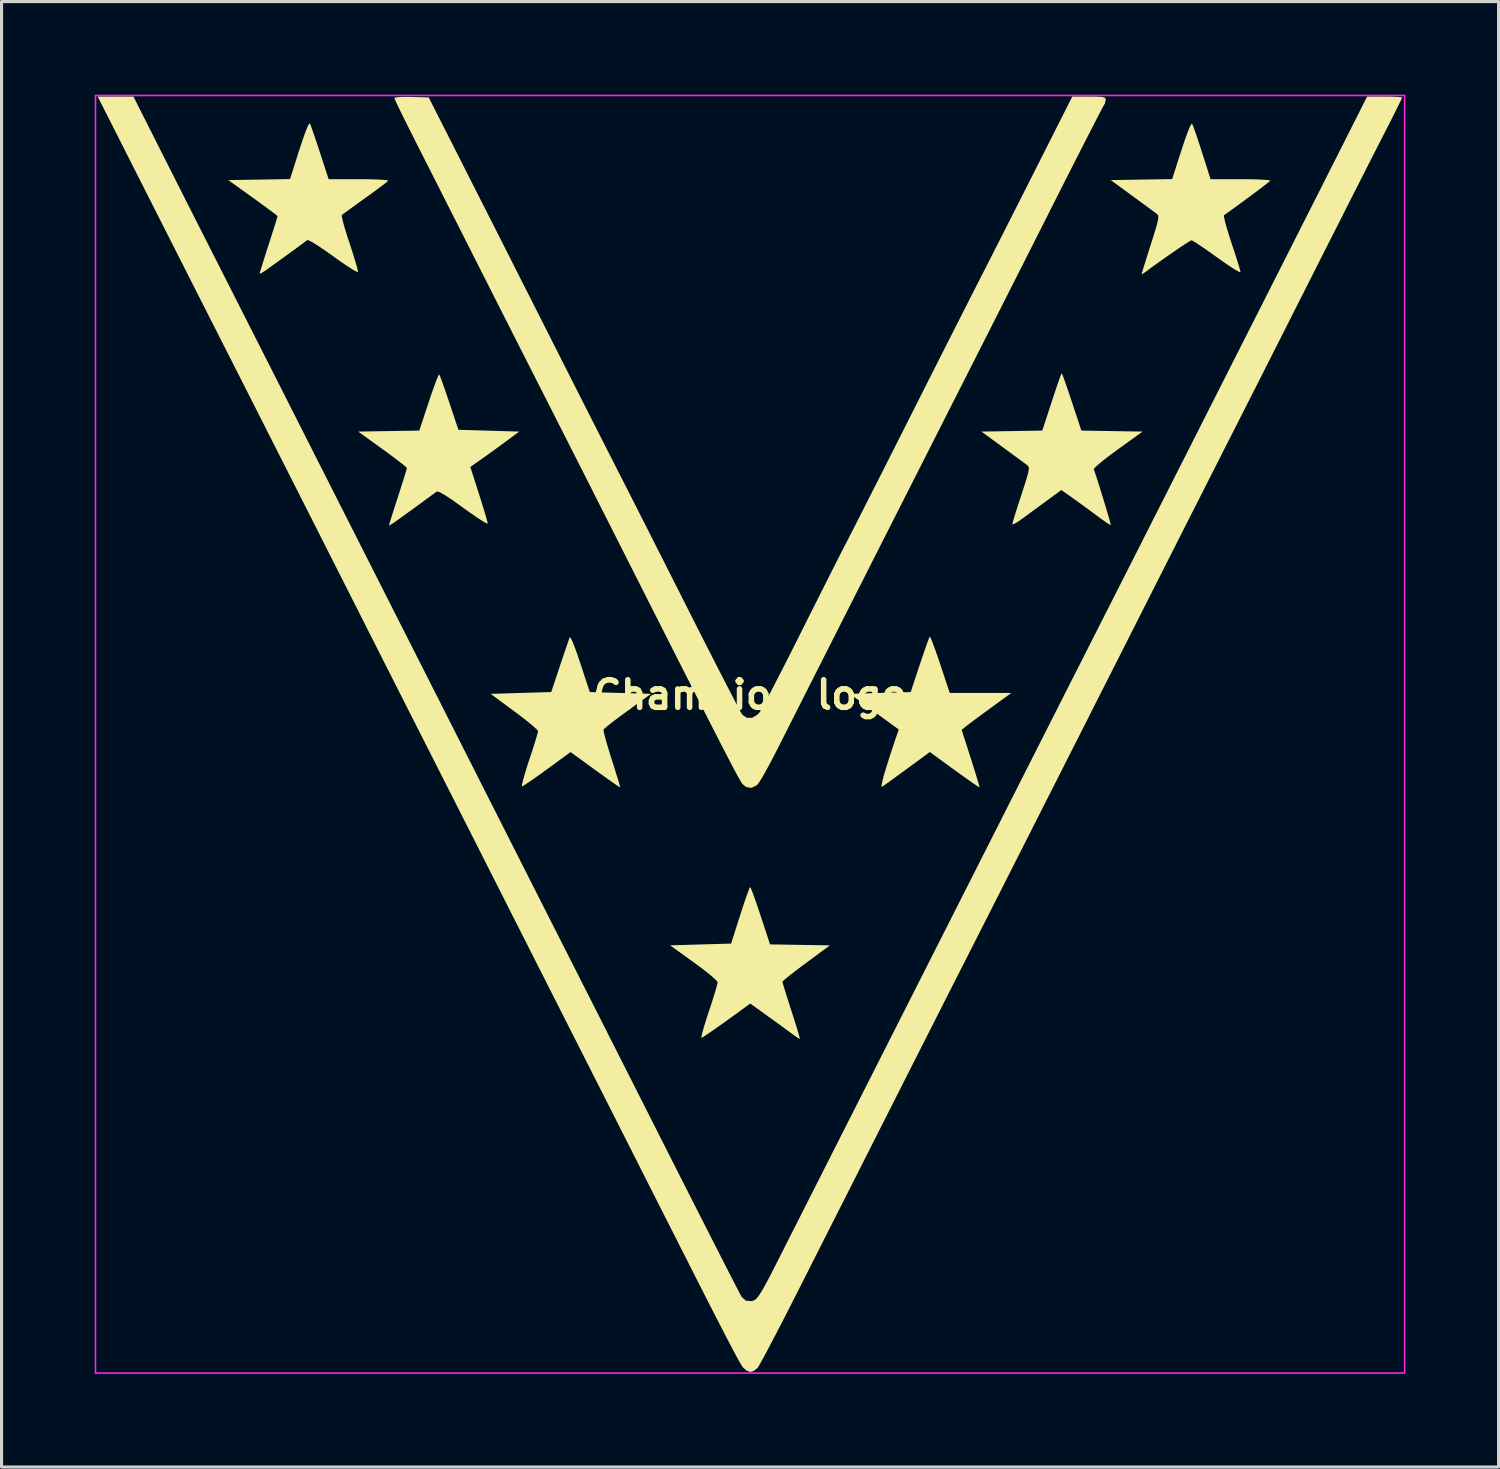
<source format=kicad_pcb>
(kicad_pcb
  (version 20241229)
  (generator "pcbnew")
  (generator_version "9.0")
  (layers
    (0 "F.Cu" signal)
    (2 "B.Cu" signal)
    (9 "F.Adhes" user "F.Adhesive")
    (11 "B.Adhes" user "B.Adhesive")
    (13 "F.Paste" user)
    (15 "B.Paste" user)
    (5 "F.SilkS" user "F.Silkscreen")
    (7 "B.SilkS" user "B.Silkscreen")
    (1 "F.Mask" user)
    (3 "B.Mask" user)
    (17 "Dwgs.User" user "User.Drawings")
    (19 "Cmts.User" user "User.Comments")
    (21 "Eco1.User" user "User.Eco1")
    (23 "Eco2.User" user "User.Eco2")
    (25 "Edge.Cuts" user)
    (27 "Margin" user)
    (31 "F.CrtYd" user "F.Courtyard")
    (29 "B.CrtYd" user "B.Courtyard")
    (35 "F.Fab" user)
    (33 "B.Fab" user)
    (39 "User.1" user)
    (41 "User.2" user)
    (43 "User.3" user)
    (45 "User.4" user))
  (footprint "Champion logo"
    (layer "F.Cu")
    (at 21.107 20.599)
    (property "Reference" "Champion logo" (at 0 -1.27 0) (layer "F.SilkS") (effects (font (size 0.889 0.889) (thickness 0.178))))
    (attr board_only exclude_from_pos_files exclude_from_bom)
    (fp_poly (pts (xy 5.815 -3.105) (xy 5.872 -2.97) (xy 5.95 -2.76) (xy 6.045 -2.491) (xy 6.125 -2.254) (xy 6.431 -1.331) (xy 7.423 -1.331) (xy 8.414 -1.331) (xy 7.78 -0.869) (xy 7.53 -0.686) (xy 7.299 -0.516) (xy 7.112 -0.376) (xy 6.991 -0.284) (xy 6.98 -0.276) (xy 6.814 -0.145) (xy 7.11 0.777) (xy 7.207 1.082) (xy 7.289 1.347) (xy 7.35 1.552) (xy 7.385 1.679) (xy 7.391 1.711) (xy 7.342 1.684) (xy 7.215 1.598) (xy 7.026 1.466) (xy 6.79 1.298) (xy 6.583 1.149) (xy 5.79 0.572) (xy 5.05 1.114) (xy 4.793 1.302) (xy 4.566 1.467) (xy 4.387 1.596) (xy 4.273 1.677) (xy 4.244 1.696) (xy 4.233 1.661) (xy 4.255 1.537) (xy 4.304 1.342) (xy 4.372 1.114) (xy 4.464 0.822) (xy 4.557 0.533) (xy 4.638 0.288) (xy 4.678 0.169) (xy 4.789 -0.154) (xy 4.001 -0.728) (xy 3.213 -1.302) (xy 4.193 -1.331) (xy 5.174 -1.36) (xy 5.465 -2.238) (xy 5.566 -2.538) (xy 5.656 -2.798) (xy 5.727 -2.998) (xy 5.774 -3.12) (xy 5.788 -3.147)) (stroke (width 0) (type solid)) (fill yes) (layer "F.SilkS"))
    (fp_poly (pts (xy -5.777 -3.104) (xy -5.719 -2.985) (xy -5.638 -2.78) (xy -5.538 -2.502) (xy -5.466 -2.285) (xy -5.161 -1.36) (xy -4.176 -1.331) (xy -3.191 -1.302) (xy -3.945 -0.756) (xy -4.201 -0.567) (xy -4.424 -0.399) (xy -4.595 -0.264) (xy -4.698 -0.175) (xy -4.721 -0.148) (xy -4.712 -0.075) (xy -4.672 0.088) (xy -4.606 0.322) (xy -4.521 0.605) (xy -4.457 0.807) (xy -4.361 1.108) (xy -4.281 1.367) (xy -4.221 1.566) (xy -4.187 1.686) (xy -4.182 1.713) (xy -4.231 1.685) (xy -4.357 1.599) (xy -4.546 1.467) (xy -4.781 1.298) (xy -4.988 1.149) (xy -5.781 0.573) (xy -6.537 1.125) (xy -6.795 1.312) (xy -7.022 1.471) (xy -7.201 1.593) (xy -7.314 1.664) (xy -7.345 1.678) (xy -7.346 1.626) (xy -7.313 1.484) (xy -7.253 1.27) (xy -7.17 1.001) (xy -7.113 0.827) (xy -7.014 0.528) (xy -6.93 0.265) (xy -6.868 0.059) (xy -6.833 -0.07) (xy -6.827 -0.1) (xy -6.872 -0.158) (xy -6.995 -0.271) (xy -7.181 -0.424) (xy -7.414 -0.605) (xy -7.592 -0.739) (xy -8.357 -1.302) (xy -7.38 -1.331) (xy -6.403 -1.36) (xy -6.124 -2.199) (xy -6.024 -2.497) (xy -5.934 -2.76) (xy -5.863 -2.967) (xy -5.818 -3.096) (xy -5.807 -3.124)) (stroke (width 0) (type solid)) (fill yes) (layer "F.SilkS"))
    (fp_poly (pts (xy 0.031 4.97) (xy 0.088 5.114) (xy 0.167 5.333) (xy 0.261 5.607) (xy 0.34 5.842) (xy 0.643 6.767) (xy 1.608 6.783) (xy 2.572 6.798) (xy 1.807 7.363) (xy 1.551 7.554) (xy 1.332 7.723) (xy 1.164 7.857) (xy 1.064 7.944) (xy 1.042 7.97) (xy 1.06 8.037) (xy 1.107 8.195) (xy 1.178 8.423) (xy 1.267 8.704) (xy 1.332 8.905) (xy 1.428 9.206) (xy 1.509 9.465) (xy 1.568 9.664) (xy 1.601 9.785) (xy 1.605 9.812) (xy 1.555 9.789) (xy 1.443 9.714) (xy 1.359 9.653) (xy 1.217 9.547) (xy 1.011 9.396) (xy 0.77 9.221) (xy 0.568 9.076) (xy 0.007 8.673) (xy -0.757 9.226) (xy -1.017 9.411) (xy -1.244 9.57) (xy -1.423 9.692) (xy -1.536 9.763) (xy -1.567 9.778) (xy -1.565 9.727) (xy -1.53 9.584) (xy -1.468 9.37) (xy -1.384 9.101) (xy -1.327 8.927) (xy -1.228 8.627) (xy -1.145 8.361) (xy -1.082 8.152) (xy -1.048 8.019) (xy -1.043 7.987) (xy -1.089 7.924) (xy -1.213 7.81) (xy -1.401 7.655) (xy -1.637 7.475) (xy -1.81 7.348) (xy -2.575 6.798) (xy -1.592 6.769) (xy -0.61 6.741) (xy -0.319 5.829) (xy -0.221 5.526) (xy -0.133 5.265) (xy -0.061 5.066) (xy -0.013 4.946) (xy 0.004 4.918)) (stroke (width 0) (type solid)) (fill yes) (layer "F.SilkS"))
    (fp_poly (pts (xy -9.984 -11.531) (xy -9.926 -11.378) (xy -9.847 -11.154) (xy -9.751 -10.877) (xy -9.687 -10.685) (xy -9.393 -9.807) (xy -8.414 -9.778) (xy -7.435 -9.749) (xy -7.869 -9.428) (xy -8.116 -9.246) (xy -8.381 -9.054) (xy -8.614 -8.888) (xy -8.656 -8.858) (xy -9.009 -8.61) (xy -8.728 -7.733) (xy -8.633 -7.43) (xy -8.551 -7.163) (xy -8.489 -6.953) (xy -8.454 -6.82) (xy -8.448 -6.786) (xy -8.491 -6.795) (xy -8.612 -6.864) (xy -8.796 -6.983) (xy -9.027 -7.143) (xy -9.236 -7.293) (xy -9.565 -7.529) (xy -9.819 -7.698) (xy -9.992 -7.796) (xy -10.082 -7.823) (xy -10.089 -7.82) (xy -10.173 -7.758) (xy -10.327 -7.644) (xy -10.53 -7.496) (xy -10.757 -7.33) (xy -10.987 -7.163) (xy -11.196 -7.012) (xy -11.361 -6.893) (xy -11.442 -6.836) (xy -11.559 -6.759) (xy -11.625 -6.727) (xy -11.63 -6.729) (xy -11.613 -6.79) (xy -11.566 -6.942) (xy -11.495 -7.166) (xy -11.406 -7.443) (xy -11.341 -7.644) (xy -11.244 -7.947) (xy -11.16 -8.211) (xy -11.097 -8.416) (xy -11.059 -8.544) (xy -11.052 -8.575) (xy -11.096 -8.621) (xy -11.219 -8.722) (xy -11.406 -8.866) (xy -11.641 -9.041) (xy -11.836 -9.183) (xy -12.621 -9.749) (xy -11.637 -9.765) (xy -10.653 -9.781) (xy -10.348 -10.703) (xy -10.246 -11.005) (xy -10.154 -11.261) (xy -10.08 -11.456) (xy -10.03 -11.571) (xy -10.012 -11.594)) (stroke (width 0) (type solid)) (fill yes) (layer "F.SilkS"))
    (fp_poly (pts (xy 10.062 -11.578) (xy 10.116 -11.434) (xy 10.193 -11.215) (xy 10.286 -10.941) (xy 10.365 -10.705) (xy 10.671 -9.781) (xy 11.657 -9.765) (xy 12.642 -9.749) (xy 11.845 -9.174) (xy 11.584 -8.982) (xy 11.361 -8.809) (xy 11.192 -8.669) (xy 11.092 -8.574) (xy 11.07 -8.538) (xy 11.115 -8.409) (xy 11.18 -8.211) (xy 11.258 -7.965) (xy 11.342 -7.693) (xy 11.426 -7.419) (xy 11.502 -7.164) (xy 11.564 -6.95) (xy 11.605 -6.801) (xy 11.618 -6.739) (xy 11.618 -6.738) (xy 11.566 -6.762) (xy 11.445 -6.841) (xy 11.276 -6.962) (xy 11.195 -7.022) (xy 10.944 -7.208) (xy 10.667 -7.411) (xy 10.421 -7.587) (xy 10.409 -7.596) (xy 10.027 -7.867) (xy 9.541 -7.511) (xy 9.295 -7.331) (xy 9.045 -7.148) (xy 8.83 -6.99) (xy 8.751 -6.932) (xy 8.598 -6.827) (xy 8.489 -6.768) (xy 8.447 -6.767) (xy 8.465 -6.839) (xy 8.512 -7.002) (xy 8.584 -7.234) (xy 8.675 -7.516) (xy 8.738 -7.709) (xy 8.845 -8.04) (xy 8.919 -8.279) (xy 8.963 -8.442) (xy 8.98 -8.547) (xy 8.973 -8.611) (xy 8.946 -8.652) (xy 8.926 -8.668) (xy 8.844 -8.729) (xy 8.688 -8.843) (xy 8.479 -8.997) (xy 8.235 -9.175) (xy 8.138 -9.247) (xy 7.452 -9.749) (xy 8.432 -9.765) (xy 9.412 -9.781) (xy 9.714 -10.705) (xy 9.814 -11.01) (xy 9.904 -11.273) (xy 9.975 -11.475) (xy 10.022 -11.599) (xy 10.037 -11.63)) (stroke (width 0) (type solid)) (fill yes) (layer "F.SilkS"))
    (fp_poly (pts (xy -14.147 -19.601) (xy -14.087 -19.434) (xy -14.006 -19.199) (xy -13.911 -18.915) (xy -13.854 -18.743) (xy -13.573 -17.878) (xy -12.598 -17.878) (xy -12.279 -17.876) (xy -12.008 -17.868) (xy -11.802 -17.856) (xy -11.679 -17.842) (xy -11.653 -17.829) (xy -11.709 -17.779) (xy -11.842 -17.676) (xy -12.035 -17.532) (xy -12.27 -17.36) (xy -12.395 -17.271) (xy -12.646 -17.091) (xy -12.863 -16.933) (xy -13.031 -16.812) (xy -13.13 -16.739) (xy -13.148 -16.724) (xy -13.145 -16.66) (xy -13.11 -16.505) (xy -13.047 -16.28) (xy -12.961 -16.004) (xy -12.901 -15.822) (xy -12.803 -15.522) (xy -12.721 -15.258) (xy -12.661 -15.051) (xy -12.63 -14.922) (xy -12.627 -14.89) (xy -12.676 -14.9) (xy -12.802 -14.97) (xy -12.989 -15.09) (xy -13.223 -15.25) (xy -13.422 -15.393) (xy -13.702 -15.592) (xy -13.94 -15.751) (xy -14.121 -15.861) (xy -14.233 -15.914) (xy -14.261 -15.916) (xy -14.345 -15.853) (xy -14.499 -15.739) (xy -14.702 -15.591) (xy -14.929 -15.426) (xy -15.158 -15.26) (xy -15.365 -15.11) (xy -15.528 -14.992) (xy -15.607 -14.936) (xy -15.725 -14.861) (xy -15.79 -14.833) (xy -15.795 -14.837) (xy -15.779 -14.9) (xy -15.732 -15.055) (xy -15.661 -15.281) (xy -15.573 -15.56) (xy -15.506 -15.767) (xy -15.409 -16.069) (xy -15.326 -16.33) (xy -15.262 -16.533) (xy -15.225 -16.656) (xy -15.217 -16.686) (xy -15.261 -16.726) (xy -15.385 -16.821) (xy -15.572 -16.96) (xy -15.807 -17.132) (xy -16.011 -17.279) (xy -16.805 -17.849) (xy -15.811 -17.865) (xy -14.816 -17.881) (xy -14.519 -18.815) (xy -14.414 -19.134) (xy -14.322 -19.392) (xy -14.248 -19.575) (xy -14.197 -19.671) (xy -14.179 -19.678)) (stroke (width 0) (type solid)) (fill yes) (layer "F.SilkS"))
    (fp_poly (pts (xy 14.24 -19.661) (xy 14.273 -19.582) (xy 14.334 -19.413) (xy 14.415 -19.176) (xy 14.508 -18.892) (xy 14.56 -18.732) (xy 14.832 -17.878) (xy 15.809 -17.878) (xy 16.137 -17.876) (xy 16.411 -17.868) (xy 16.615 -17.855) (xy 16.733 -17.84) (xy 16.754 -17.827) (xy 16.702 -17.782) (xy 16.575 -17.683) (xy 16.393 -17.544) (xy 16.174 -17.38) (xy 15.938 -17.205) (xy 15.704 -17.033) (xy 15.49 -16.877) (xy 15.316 -16.754) (xy 15.264 -16.718) (xy 15.266 -16.655) (xy 15.3 -16.502) (xy 15.362 -16.279) (xy 15.447 -16.004) (xy 15.506 -15.823) (xy 15.606 -15.523) (xy 15.69 -15.258) (xy 15.754 -15.05) (xy 15.79 -14.919) (xy 15.795 -14.887) (xy 15.752 -14.894) (xy 15.63 -14.96) (xy 15.447 -15.077) (xy 15.217 -15.234) (xy 15.036 -15.362) (xy 14.777 -15.547) (xy 14.547 -15.706) (xy 14.366 -15.827) (xy 14.25 -15.897) (xy 14.217 -15.911) (xy 14.156 -15.879) (xy 14.02 -15.793) (xy 13.829 -15.666) (xy 13.601 -15.51) (xy 13.356 -15.34) (xy 13.113 -15.168) (xy 12.892 -15.008) (xy 12.71 -14.872) (xy 12.686 -14.854) (xy 12.623 -14.819) (xy 12.613 -14.825) (xy 12.63 -14.887) (xy 12.676 -15.04) (xy 12.746 -15.265) (xy 12.834 -15.545) (xy 12.906 -15.771) (xy 13.013 -16.109) (xy 13.087 -16.355) (xy 13.132 -16.524) (xy 13.15 -16.634) (xy 13.145 -16.702) (xy 13.121 -16.744) (xy 13.094 -16.767) (xy 13.011 -16.828) (xy 12.855 -16.943) (xy 12.645 -17.097) (xy 12.4 -17.276) (xy 12.303 -17.347) (xy 11.618 -17.849) (xy 12.606 -17.865) (xy 13.594 -17.881) (xy 13.893 -18.809) (xy 14.014 -19.173) (xy 14.112 -19.44) (xy 14.185 -19.606) (xy 14.231 -19.666)) (stroke (width 0) (type solid)) (fill yes) (layer "F.SilkS"))
    (fp_poly (pts (xy 11.171 -20.538) (xy 11.331 -20.528) (xy 11.417 -20.507) (xy 11.451 -20.471) (xy 11.456 -20.436) (xy 11.43 -20.316) (xy 11.406 -20.277) (xy 11.371 -20.216) (xy 11.29 -20.062) (xy 11.165 -19.822) (xy 11.003 -19.507) (xy 10.807 -19.124) (xy 10.582 -18.684) (xy 10.333 -18.195) (xy 10.065 -17.666) (xy 9.783 -17.107) (xy 9.778 -17.097) (xy 9.458 -16.463) (xy 9.123 -15.801) (xy 8.783 -15.127) (xy 8.446 -14.461) (xy 8.121 -13.819) (xy 7.818 -13.22) (xy 7.545 -12.682) (xy 7.312 -12.222) (xy 7.232 -12.064) (xy 6.684 -10.983) (xy 6.137 -9.904) (xy 5.596 -8.836) (xy 5.063 -7.785) (xy 4.543 -6.759) (xy 4.039 -5.765) (xy 3.555 -4.809) (xy 3.095 -3.9) (xy 2.662 -3.045) (xy 2.26 -2.25) (xy 1.892 -1.524) (xy 1.563 -0.873) (xy 1.276 -0.305) (xy 1.035 0.173) (xy 0.874 0.492) (xy 0.707 0.816) (xy 0.549 1.11) (xy 0.411 1.355) (xy 0.302 1.534) (xy 0.232 1.629) (xy 0.226 1.635) (xy 0.048 1.726) (xy -0.12 1.702) (xy -0.24 1.606) (xy -0.264 1.574) (xy -0.298 1.52) (xy -0.346 1.437) (xy -0.41 1.322) (xy -0.493 1.169) (xy -0.596 0.974) (xy -0.722 0.732) (xy -0.874 0.438) (xy -1.054 0.087) (xy -1.265 -0.325) (xy -1.509 -0.803) (xy -1.788 -1.353) (xy -2.105 -1.978) (xy -2.463 -2.683) (xy -2.863 -3.474) (xy -3.309 -4.355) (xy -3.802 -5.33) (xy -4.222 -6.162) (xy -4.534 -6.778) (xy -4.853 -7.408) (xy -5.171 -8.038) (xy -5.481 -8.65) (xy -5.775 -9.23) (xy -6.045 -9.762) (xy -6.282 -10.23) (xy -6.48 -10.619) (xy -6.567 -10.791) (xy -6.75 -11.15) (xy -6.976 -11.595) (xy -7.236 -12.108) (xy -7.522 -12.671) (xy -7.824 -13.268) (xy -8.134 -13.879) (xy -8.442 -14.488) (xy -8.738 -15.072) (xy -9.031 -15.652) (xy -9.33 -16.243) (xy -9.627 -16.829) (xy -9.913 -17.395) (xy -10.181 -17.924) (xy -10.422 -18.4) (xy -10.628 -18.806) (xy -10.79 -19.126) (xy -10.799 -19.144) (xy -10.979 -19.5) (xy -11.14 -19.823) (xy -11.275 -20.099) (xy -11.378 -20.312) (xy -11.44 -20.448) (xy -11.456 -20.491) (xy -11.402 -20.512) (xy -11.257 -20.526) (xy -11.045 -20.53) (xy -10.903 -20.527) (xy -10.35 -20.511) (xy -9.381 -18.602) (xy -9.179 -18.203) (xy -8.933 -17.716) (xy -8.65 -17.158) (xy -8.338 -16.543) (xy -8.006 -15.888) (xy -7.662 -15.207) (xy -7.313 -14.516) (xy -6.966 -13.832) (xy -6.631 -13.169) (xy -6.628 -13.163) (xy -6.309 -12.532) (xy -5.991 -11.902) (xy -5.68 -11.288) (xy -5.382 -10.7) (xy -5.104 -10.151) (xy -4.851 -9.654) (xy -4.631 -9.219) (xy -4.448 -8.861) (xy -4.31 -8.59) (xy -4.282 -8.534) (xy -4.154 -8.283) (xy -3.98 -7.942) (xy -3.767 -7.523) (xy -3.522 -7.039) (xy -3.25 -6.503) (xy -2.959 -5.927) (xy -2.654 -5.324) (xy -2.342 -4.707) (xy -2.03 -4.09) (xy -2.025 -4.079) (xy -1.731 -3.497) (xy -1.45 -2.944) (xy -1.187 -2.429) (xy -0.947 -1.96) (xy -0.735 -1.548) (xy -0.554 -1.2) (xy -0.411 -0.925) (xy -0.308 -0.734) (xy -0.251 -0.633) (xy -0.243 -0.622) (xy -0.097 -0.528) (xy 0.074 -0.533) (xy 0.241 -0.634) (xy 0.308 -0.709) (xy 0.362 -0.798) (xy 0.462 -0.98) (xy 0.602 -1.243) (xy 0.775 -1.576) (xy 0.976 -1.967) (xy 1.2 -2.406) (xy 1.44 -2.881) (xy 1.649 -3.298) (xy 1.902 -3.803) (xy 2.147 -4.29) (xy 2.376 -4.746) (xy 2.584 -5.159) (xy 2.764 -5.515) (xy 2.91 -5.803) (xy 3.016 -6.009) (xy 3.065 -6.104) (xy 3.128 -6.224) (xy 3.237 -6.437) (xy 3.389 -6.734) (xy 3.578 -7.107) (xy 3.8 -7.545) (xy 4.05 -8.038) (xy 4.324 -8.578) (xy 4.615 -9.155) (xy 4.92 -9.759) (xy 5.12 -10.154) (xy 5.44 -10.789) (xy 5.756 -11.415) (xy 6.063 -12.023) (xy 6.355 -12.6) (xy 6.626 -13.135) (xy 6.871 -13.618) (xy 7.083 -14.036) (xy 7.258 -14.38) (xy 7.389 -14.636) (xy 7.434 -14.725) (xy 7.562 -14.974) (xy 7.733 -15.31) (xy 7.94 -15.718) (xy 8.176 -16.182) (xy 8.431 -16.686) (xy 8.699 -17.214) (xy 8.97 -17.75) (xy 9.144 -18.095) (xy 10.379 -20.54) (xy 10.917 -20.54)) (stroke (width 0) (type solid)) (fill yes) (layer "F.SilkS"))
    (fp_poly (pts (xy -18.948 -18.732) (xy -18.681 -18.204) (xy -18.384 -17.616) (xy -18.073 -17) (xy -17.763 -16.388) (xy -17.47 -15.811) (xy -17.212 -15.302) (xy -17.183 -15.246) (xy -16.97 -14.825) (xy -16.715 -14.323) (xy -16.43 -13.76) (xy -16.125 -13.157) (xy -15.81 -12.537) (xy -15.497 -11.919) (xy -15.197 -11.326) (xy -15.072 -11.08) (xy -14.766 -10.474) (xy -14.429 -9.809) (xy -14.076 -9.111) (xy -13.719 -8.407) (xy -13.372 -7.721) (xy -13.048 -7.081) (xy -12.759 -6.512) (xy -12.699 -6.393) (xy -12.203 -5.413) (xy -11.754 -4.527) (xy -11.349 -3.727) (xy -10.983 -3.005) (xy -10.653 -2.353) (xy -10.353 -1.761) (xy -10.08 -1.222) (xy -9.829 -0.727) (xy -9.597 -0.267) (xy -9.377 0.166) (xy -9.168 0.581) (xy -8.963 0.985) (xy -8.759 1.388) (xy -8.552 1.798) (xy -8.337 2.223) (xy -8.129 2.633) (xy -7.824 3.236) (xy -7.495 3.886) (xy -7.155 4.559) (xy -6.814 5.232) (xy -6.484 5.883) (xy -6.177 6.488) (xy -5.906 7.024) (xy -5.785 7.261) (xy -5.535 7.754) (xy -5.245 8.328) (xy -4.925 8.958) (xy -4.589 9.623) (xy -4.247 10.3) (xy -3.91 10.964) (xy -3.592 11.594) (xy -3.442 11.89) (xy -2.938 12.887) (xy -2.473 13.806) (xy -2.049 14.642) (xy -1.667 15.395) (xy -1.328 16.062) (xy -1.034 16.639) (xy -0.786 17.126) (xy -0.584 17.519) (xy -0.431 17.816) (xy -0.327 18.015) (xy -0.274 18.113) (xy -0.27 18.119) (xy -0.138 18.241) (xy 0.039 18.257) (xy 0.129 18.232) (xy 0.198 18.184) (xy 0.283 18.081) (xy 0.391 17.91) (xy 0.531 17.66) (xy 0.709 17.318) (xy 0.738 17.261) (xy 0.872 16.997) (xy 1.049 16.648) (xy 1.259 16.232) (xy 1.495 15.768) (xy 1.745 15.273) (xy 2.001 14.767) (xy 2.254 14.267) (xy 2.257 14.262) (xy 2.534 13.714) (xy 2.85 13.09) (xy 3.189 12.42) (xy 3.538 11.732) (xy 3.881 11.054) (xy 4.205 10.415) (xy 4.454 9.923) (xy 4.786 9.269) (xy 5.132 8.584) (xy 5.498 7.862) (xy 5.887 7.093) (xy 6.303 6.272) (xy 6.75 5.389) (xy 7.232 4.437) (xy 7.753 3.408) (xy 8.316 2.295) (xy 8.926 1.09) (xy 9.2 0.55) (xy 9.49 -0.024) (xy 9.805 -0.645) (xy 10.131 -1.289) (xy 10.456 -1.93) (xy 10.768 -2.545) (xy 11.053 -3.107) (xy 11.299 -3.593) (xy 11.311 -3.616) (xy 11.529 -4.046) (xy 11.79 -4.56) (xy 12.083 -5.139) (xy 12.399 -5.762) (xy 12.729 -6.413) (xy 13.061 -7.07) (xy 13.388 -7.714) (xy 13.698 -8.327) (xy 13.7 -8.332) (xy 14.033 -8.988) (xy 14.399 -9.712) (xy 14.787 -10.479) (xy 15.184 -11.263) (xy 15.576 -12.038) (xy 15.951 -12.779) (xy 16.296 -13.46) (xy 16.512 -13.886) (xy 16.819 -14.493) (xy 17.147 -15.141) (xy 17.485 -15.81) (xy 17.822 -16.477) (xy 18.148 -17.12) (xy 18.45 -17.718) (xy 18.718 -18.249) (xy 18.874 -18.558) (xy 19.874 -20.539) (xy 20.439 -20.539) (xy 20.678 -20.537) (xy 20.867 -20.528) (xy 20.981 -20.516) (xy 21.003 -20.508) (xy 20.977 -20.449) (xy 20.906 -20.303) (xy 20.797 -20.082) (xy 20.656 -19.803) (xy 20.492 -19.479) (xy 20.374 -19.249) (xy 20.229 -18.965) (xy 20.039 -18.593) (xy 19.812 -18.145) (xy 19.554 -17.637) (xy 19.272 -17.082) (xy 18.975 -16.494) (xy 18.668 -15.889) (xy 18.36 -15.28) (xy 18.168 -14.899) (xy 17.849 -14.267) (xy 17.516 -13.609) (xy 17.179 -12.942) (xy 16.846 -12.284) (xy 16.526 -11.651) (xy 16.227 -11.062) (xy 15.96 -10.534) (xy 15.731 -10.084) (xy 15.65 -9.923) (xy 15.475 -9.579) (xy 15.254 -9.144) (xy 14.994 -8.63) (xy 14.699 -8.048) (xy 14.376 -7.411) (xy 14.031 -6.731) (xy 13.671 -6.019) (xy 13.301 -5.288) (xy 12.926 -4.548) (xy 12.555 -3.814) (xy 12.411 -3.529) (xy 11.772 -2.267) (xy 11.182 -1.102) (xy 10.639 -0.028) (xy 10.139 0.959) (xy 9.68 1.865) (xy 9.259 2.697) (xy 8.873 3.46) (xy 8.518 4.16) (xy 8.193 4.802) (xy 7.894 5.393) (xy 7.618 5.937) (xy 7.362 6.44) (xy 7.124 6.91) (xy 6.901 7.35) (xy 6.798 7.551) (xy 6.604 7.933) (xy 6.366 8.402) (xy 6.093 8.941) (xy 5.792 9.535) (xy 5.472 10.167) (xy 5.141 10.82) (xy 4.808 11.478) (xy 4.481 12.125) (xy 4.292 12.497) (xy 3.96 13.155) (xy 3.607 13.852) (xy 3.244 14.571) (xy 2.879 15.292) (xy 2.523 15.994) (xy 2.186 16.66) (xy 1.878 17.27) (xy 1.608 17.803) (xy 1.511 17.994) (xy 1.267 18.475) (xy 1.035 18.927) (xy 0.821 19.34) (xy 0.632 19.701) (xy 0.472 20.001) (xy 0.349 20.227) (xy 0.268 20.368) (xy 0.239 20.41) (xy 0.121 20.504) (xy 0.014 20.54) (xy -0.102 20.499) (xy -0.214 20.41) (xy -0.243 20.372) (xy -0.284 20.307) (xy -0.341 20.21) (xy -0.417 20.074) (xy -0.513 19.895) (xy -0.633 19.667) (xy -0.78 19.386) (xy -0.956 19.045) (xy -1.165 18.639) (xy -1.408 18.163) (xy -1.688 17.612) (xy -2.009 16.979) (xy -2.373 16.261) (xy -2.783 15.452) (xy -3.242 14.545) (xy -3.356 14.32) (xy -3.661 13.716) (xy -3.988 13.07) (xy -4.325 12.404) (xy -4.661 11.739) (xy -4.986 11.099) (xy -5.287 10.504) (xy -5.554 9.977) (xy -5.699 9.691) (xy -5.948 9.2) (xy -6.237 8.63) (xy -6.554 8.004) (xy -6.887 7.346) (xy -7.224 6.681) (xy -7.553 6.031) (xy -7.862 5.421) (xy -7.955 5.236) (xy -8.255 4.644) (xy -8.579 4.004) (xy -8.915 3.341) (xy -9.251 2.678) (xy -9.574 2.039) (xy -9.874 1.448) (xy -10.137 0.929) (xy -10.212 0.781) (xy -10.458 0.296) (xy -10.744 -0.269) (xy -11.06 -0.891) (xy -11.392 -1.547) (xy -11.729 -2.213) (xy -12.06 -2.867) (xy -12.373 -3.486) (xy -12.497 -3.732) (xy -13.199 -5.119) (xy -13.861 -6.428) (xy -14.482 -7.655) (xy -15.06 -8.796) (xy -15.593 -9.848) (xy -16.079 -10.808) (xy -16.518 -11.673) (xy -16.907 -12.439) (xy -17.04 -12.7) (xy -17.238 -13.092) (xy -17.481 -13.57) (xy -17.758 -14.116) (xy -18.061 -14.714) (xy -18.381 -15.346) (xy -18.71 -15.995) (xy -19.039 -16.644) (xy -19.358 -17.275) (xy -19.466 -17.488) (xy -21.011 -20.54) (xy -20.436 -20.54) (xy -19.86 -20.54)) (stroke (width 0) (type solid)) (fill yes) (layer "F.SilkS"))
    (fp_rect (start -21.082 -20.574) (end 21.082 20.574) (stroke (width 0.051) (type default)) (fill no) (layer "F.CrtYd")))
  (gr_rect
    (start -3 -3)
    (end 45.215 44.199)
    (stroke (width 0.1) (type default))
    (fill no)
    (layer "Edge.Cuts")))
</source>
